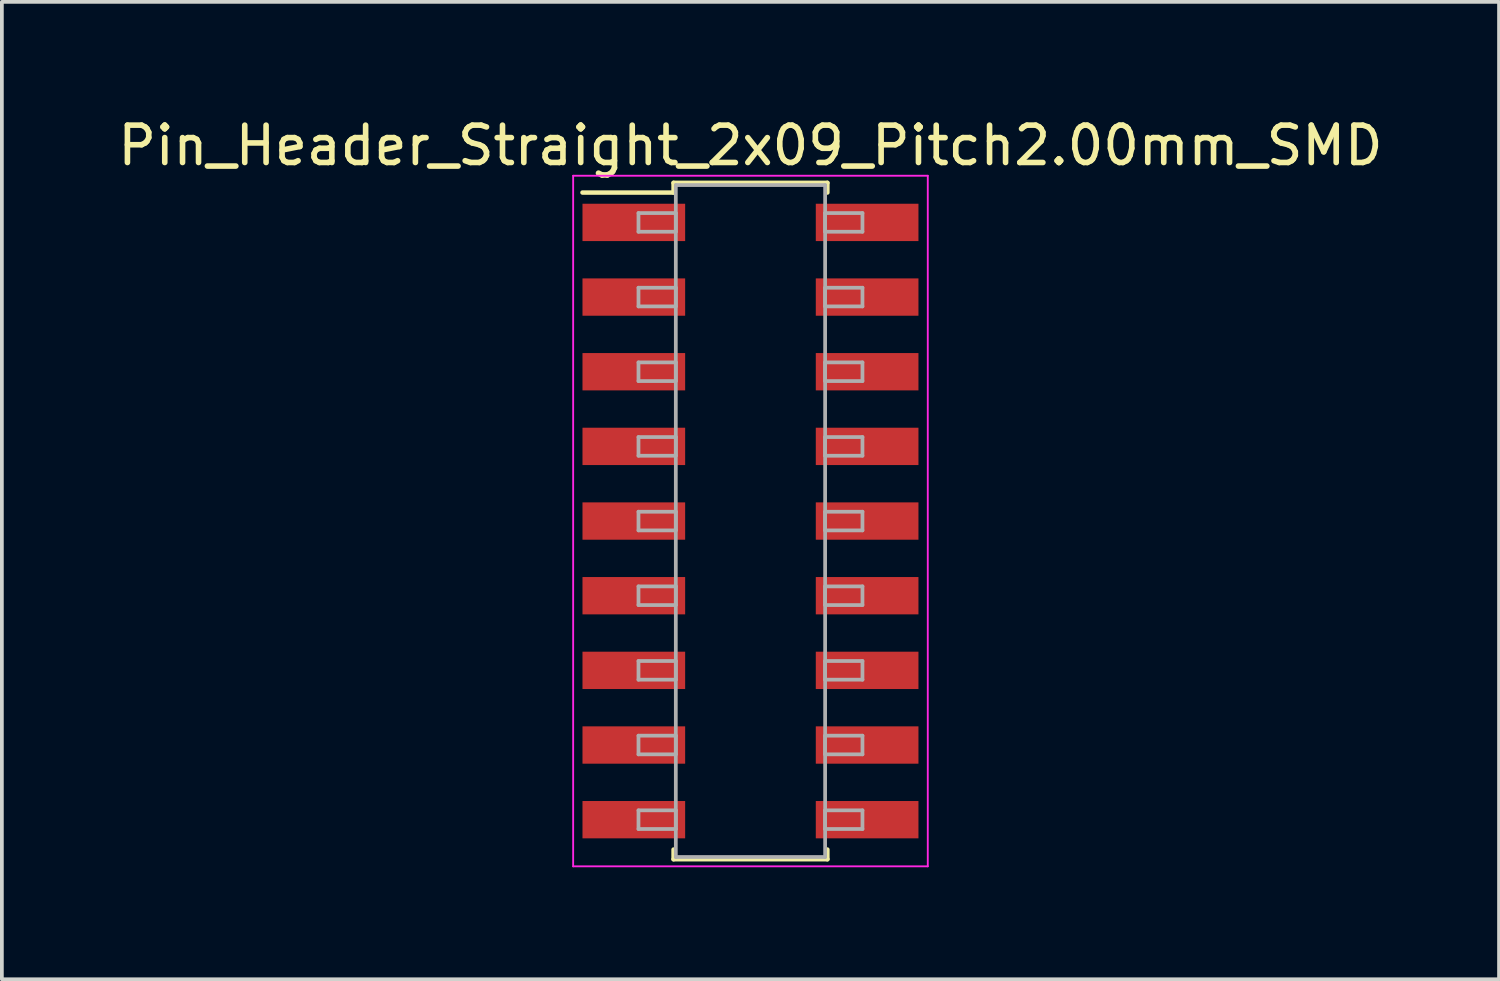
<source format=kicad_pcb>
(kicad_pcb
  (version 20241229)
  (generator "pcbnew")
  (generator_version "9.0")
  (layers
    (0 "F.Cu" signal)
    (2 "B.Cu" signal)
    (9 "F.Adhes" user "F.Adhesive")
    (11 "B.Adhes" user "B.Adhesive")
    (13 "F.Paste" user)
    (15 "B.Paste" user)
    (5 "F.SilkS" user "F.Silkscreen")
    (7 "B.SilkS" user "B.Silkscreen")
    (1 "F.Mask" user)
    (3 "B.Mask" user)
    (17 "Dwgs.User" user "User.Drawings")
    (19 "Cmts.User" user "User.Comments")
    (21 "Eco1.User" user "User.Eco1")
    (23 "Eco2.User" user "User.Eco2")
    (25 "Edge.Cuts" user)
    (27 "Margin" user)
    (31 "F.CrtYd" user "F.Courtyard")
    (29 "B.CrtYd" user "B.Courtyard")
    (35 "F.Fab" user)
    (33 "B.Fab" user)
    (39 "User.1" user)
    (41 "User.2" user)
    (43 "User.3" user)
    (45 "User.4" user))
  (footprint "Pin_Header_Straight_2x09_Pitch2.00mm_SMD"
    (layer "F.Cu")
    (at 17.054 10.908)
    (property "Reference" "Pin_Header_Straight_2x09_Pitch2.00mm_SMD" (at 0 -10.06 0) (layer "F.SilkS") (effects (font (size 1 1) (thickness 0.15))))
    (attr smd)
    (fp_line (start -4.5 -8.8) (end -2.06 -8.8) (stroke (width 0.12) (type solid)) (layer "F.SilkS"))
    (fp_line (start -2.06 -9.06) (end 2.06 -9.06) (stroke (width 0.12) (type solid)) (layer "F.SilkS"))
    (fp_line (start -2.06 -8.8) (end -2.06 -9.06) (stroke (width 0.12) (type solid)) (layer "F.SilkS"))
    (fp_line (start -2.06 8.8) (end -2.06 9.06) (stroke (width 0.12) (type solid)) (layer "F.SilkS"))
    (fp_line (start -2.06 9.06) (end 2.06 9.06) (stroke (width 0.12) (type solid)) (layer "F.SilkS"))
    (fp_line (start 2.06 -9.06) (end 2.06 -8.8) (stroke (width 0.12) (type solid)) (layer "F.SilkS"))
    (fp_line (start 2.06 9.06) (end 2.06 8.8) (stroke (width 0.12) (type solid)) (layer "F.SilkS"))
    (fp_line (start -4.75 -9.25) (end -4.75 9.25) (stroke (width 0.05) (type solid)) (layer "F.CrtYd"))
    (fp_line (start -4.75 9.25) (end 4.75 9.25) (stroke (width 0.05) (type solid)) (layer "F.CrtYd"))
    (fp_line (start 4.75 -9.25) (end -4.75 -9.25) (stroke (width 0.05) (type solid)) (layer "F.CrtYd"))
    (fp_line (start 4.75 9.25) (end 4.75 -9.25) (stroke (width 0.05) (type solid)) (layer "F.CrtYd"))
    (fp_line (start -3 -8.25) (end -2 -8.25) (stroke (width 0.1) (type solid)) (layer "F.Fab"))
    (fp_line (start -3 -7.75) (end -3 -8.25) (stroke (width 0.1) (type solid)) (layer "F.Fab"))
    (fp_line (start -3 -6.25) (end -2 -6.25) (stroke (width 0.1) (type solid)) (layer "F.Fab"))
    (fp_line (start -3 -5.75) (end -3 -6.25) (stroke (width 0.1) (type solid)) (layer "F.Fab"))
    (fp_line (start -3 -4.25) (end -2 -4.25) (stroke (width 0.1) (type solid)) (layer "F.Fab"))
    (fp_line (start -3 -3.75) (end -3 -4.25) (stroke (width 0.1) (type solid)) (layer "F.Fab"))
    (fp_line (start -3 -2.25) (end -2 -2.25) (stroke (width 0.1) (type solid)) (layer "F.Fab"))
    (fp_line (start -3 -1.75) (end -3 -2.25) (stroke (width 0.1) (type solid)) (layer "F.Fab"))
    (fp_line (start -3 -0.25) (end -2 -0.25) (stroke (width 0.1) (type solid)) (layer "F.Fab"))
    (fp_line (start -3 0.25) (end -3 -0.25) (stroke (width 0.1) (type solid)) (layer "F.Fab"))
    (fp_line (start -3 1.75) (end -2 1.75) (stroke (width 0.1) (type solid)) (layer "F.Fab"))
    (fp_line (start -3 2.25) (end -3 1.75) (stroke (width 0.1) (type solid)) (layer "F.Fab"))
    (fp_line (start -3 3.75) (end -2 3.75) (stroke (width 0.1) (type solid)) (layer "F.Fab"))
    (fp_line (start -3 4.25) (end -3 3.75) (stroke (width 0.1) (type solid)) (layer "F.Fab"))
    (fp_line (start -3 5.75) (end -2 5.75) (stroke (width 0.1) (type solid)) (layer "F.Fab"))
    (fp_line (start -3 6.25) (end -3 5.75) (stroke (width 0.1) (type solid)) (layer "F.Fab"))
    (fp_line (start -3 7.75) (end -2 7.75) (stroke (width 0.1) (type solid)) (layer "F.Fab"))
    (fp_line (start -3 8.25) (end -3 7.75) (stroke (width 0.1) (type solid)) (layer "F.Fab"))
    (fp_line (start -2 -9) (end -2 9) (stroke (width 0.1) (type solid)) (layer "F.Fab"))
    (fp_line (start -2 -8.25) (end -2 -7.75) (stroke (width 0.1) (type solid)) (layer "F.Fab"))
    (fp_line (start -2 -7.75) (end -3 -7.75) (stroke (width 0.1) (type solid)) (layer "F.Fab"))
    (fp_line (start -2 -6.25) (end -2 -5.75) (stroke (width 0.1) (type solid)) (layer "F.Fab"))
    (fp_line (start -2 -5.75) (end -3 -5.75) (stroke (width 0.1) (type solid)) (layer "F.Fab"))
    (fp_line (start -2 -4.25) (end -2 -3.75) (stroke (width 0.1) (type solid)) (layer "F.Fab"))
    (fp_line (start -2 -3.75) (end -3 -3.75) (stroke (width 0.1) (type solid)) (layer "F.Fab"))
    (fp_line (start -2 -2.25) (end -2 -1.75) (stroke (width 0.1) (type solid)) (layer "F.Fab"))
    (fp_line (start -2 -1.75) (end -3 -1.75) (stroke (width 0.1) (type solid)) (layer "F.Fab"))
    (fp_line (start -2 -0.25) (end -2 0.25) (stroke (width 0.1) (type solid)) (layer "F.Fab"))
    (fp_line (start -2 0.25) (end -3 0.25) (stroke (width 0.1) (type solid)) (layer "F.Fab"))
    (fp_line (start -2 1.75) (end -2 2.25) (stroke (width 0.1) (type solid)) (layer "F.Fab"))
    (fp_line (start -2 2.25) (end -3 2.25) (stroke (width 0.1) (type solid)) (layer "F.Fab"))
    (fp_line (start -2 3.75) (end -2 4.25) (stroke (width 0.1) (type solid)) (layer "F.Fab"))
    (fp_line (start -2 4.25) (end -3 4.25) (stroke (width 0.1) (type solid)) (layer "F.Fab"))
    (fp_line (start -2 5.75) (end -2 6.25) (stroke (width 0.1) (type solid)) (layer "F.Fab"))
    (fp_line (start -2 6.25) (end -3 6.25) (stroke (width 0.1) (type solid)) (layer "F.Fab"))
    (fp_line (start -2 7.75) (end -2 8.25) (stroke (width 0.1) (type solid)) (layer "F.Fab"))
    (fp_line (start -2 8.25) (end -3 8.25) (stroke (width 0.1) (type solid)) (layer "F.Fab"))
    (fp_line (start -2 9) (end 2 9) (stroke (width 0.1) (type solid)) (layer "F.Fab"))
    (fp_line (start 2 -9) (end -2 -9) (stroke (width 0.1) (type solid)) (layer "F.Fab"))
    (fp_line (start 2 -8.25) (end 2 -7.75) (stroke (width 0.1) (type solid)) (layer "F.Fab"))
    (fp_line (start 2 -7.75) (end 3 -7.75) (stroke (width 0.1) (type solid)) (layer "F.Fab"))
    (fp_line (start 2 -6.25) (end 2 -5.75) (stroke (width 0.1) (type solid)) (layer "F.Fab"))
    (fp_line (start 2 -5.75) (end 3 -5.75) (stroke (width 0.1) (type solid)) (layer "F.Fab"))
    (fp_line (start 2 -4.25) (end 2 -3.75) (stroke (width 0.1) (type solid)) (layer "F.Fab"))
    (fp_line (start 2 -3.75) (end 3 -3.75) (stroke (width 0.1) (type solid)) (layer "F.Fab"))
    (fp_line (start 2 -2.25) (end 2 -1.75) (stroke (width 0.1) (type solid)) (layer "F.Fab"))
    (fp_line (start 2 -1.75) (end 3 -1.75) (stroke (width 0.1) (type solid)) (layer "F.Fab"))
    (fp_line (start 2 -0.25) (end 2 0.25) (stroke (width 0.1) (type solid)) (layer "F.Fab"))
    (fp_line (start 2 0.25) (end 3 0.25) (stroke (width 0.1) (type solid)) (layer "F.Fab"))
    (fp_line (start 2 1.75) (end 2 2.25) (stroke (width 0.1) (type solid)) (layer "F.Fab"))
    (fp_line (start 2 2.25) (end 3 2.25) (stroke (width 0.1) (type solid)) (layer "F.Fab"))
    (fp_line (start 2 3.75) (end 2 4.25) (stroke (width 0.1) (type solid)) (layer "F.Fab"))
    (fp_line (start 2 4.25) (end 3 4.25) (stroke (width 0.1) (type solid)) (layer "F.Fab"))
    (fp_line (start 2 5.75) (end 2 6.25) (stroke (width 0.1) (type solid)) (layer "F.Fab"))
    (fp_line (start 2 6.25) (end 3 6.25) (stroke (width 0.1) (type solid)) (layer "F.Fab"))
    (fp_line (start 2 7.75) (end 2 8.25) (stroke (width 0.1) (type solid)) (layer "F.Fab"))
    (fp_line (start 2 8.25) (end 3 8.25) (stroke (width 0.1) (type solid)) (layer "F.Fab"))
    (fp_line (start 2 9) (end 2 -9) (stroke (width 0.1) (type solid)) (layer "F.Fab"))
    (fp_line (start 3 -8.25) (end 2 -8.25) (stroke (width 0.1) (type solid)) (layer "F.Fab"))
    (fp_line (start 3 -7.75) (end 3 -8.25) (stroke (width 0.1) (type solid)) (layer "F.Fab"))
    (fp_line (start 3 -6.25) (end 2 -6.25) (stroke (width 0.1) (type solid)) (layer "F.Fab"))
    (fp_line (start 3 -5.75) (end 3 -6.25) (stroke (width 0.1) (type solid)) (layer "F.Fab"))
    (fp_line (start 3 -4.25) (end 2 -4.25) (stroke (width 0.1) (type solid)) (layer "F.Fab"))
    (fp_line (start 3 -3.75) (end 3 -4.25) (stroke (width 0.1) (type solid)) (layer "F.Fab"))
    (fp_line (start 3 -2.25) (end 2 -2.25) (stroke (width 0.1) (type solid)) (layer "F.Fab"))
    (fp_line (start 3 -1.75) (end 3 -2.25) (stroke (width 0.1) (type solid)) (layer "F.Fab"))
    (fp_line (start 3 -0.25) (end 2 -0.25) (stroke (width 0.1) (type solid)) (layer "F.Fab"))
    (fp_line (start 3 0.25) (end 3 -0.25) (stroke (width 0.1) (type solid)) (layer "F.Fab"))
    (fp_line (start 3 1.75) (end 2 1.75) (stroke (width 0.1) (type solid)) (layer "F.Fab"))
    (fp_line (start 3 2.25) (end 3 1.75) (stroke (width 0.1) (type solid)) (layer "F.Fab"))
    (fp_line (start 3 3.75) (end 2 3.75) (stroke (width 0.1) (type solid)) (layer "F.Fab"))
    (fp_line (start 3 4.25) (end 3 3.75) (stroke (width 0.1) (type solid)) (layer "F.Fab"))
    (fp_line (start 3 5.75) (end 2 5.75) (stroke (width 0.1) (type solid)) (layer "F.Fab"))
    (fp_line (start 3 6.25) (end 3 5.75) (stroke (width 0.1) (type solid)) (layer "F.Fab"))
    (fp_line (start 3 7.75) (end 2 7.75) (stroke (width 0.1) (type solid)) (layer "F.Fab"))
    (fp_line (start 3 8.25) (end 3 7.75) (stroke (width 0.1) (type solid)) (layer "F.Fab"))
    (pad "1" smd rect (at -3.125 -8) (size 2.75 1) (layers "F.Cu" "F.Mask"))
    (pad "2" smd rect (at 3.125 -8) (size 2.75 1) (layers "F.Cu" "F.Mask"))
    (pad "3" smd rect (at -3.125 -6) (size 2.75 1) (layers "F.Cu" "F.Mask"))
    (pad "4" smd rect (at 3.125 -6) (size 2.75 1) (layers "F.Cu" "F.Mask"))
    (pad "5" smd rect (at -3.125 -4) (size 2.75 1) (layers "F.Cu" "F.Mask"))
    (pad "6" smd rect (at 3.125 -4) (size 2.75 1) (layers "F.Cu" "F.Mask"))
    (pad "7" smd rect (at -3.125 -2) (size 2.75 1) (layers "F.Cu" "F.Mask"))
    (pad "8" smd rect (at 3.125 -2) (size 2.75 1) (layers "F.Cu" "F.Mask"))
    (pad "9" smd rect (at -3.125 0) (size 2.75 1) (layers "F.Cu" "F.Mask"))
    (pad "10" smd rect (at 3.125 0) (size 2.75 1) (layers "F.Cu" "F.Mask"))
    (pad "11" smd rect (at -3.125 2) (size 2.75 1) (layers "F.Cu" "F.Mask"))
    (pad "12" smd rect (at 3.125 2) (size 2.75 1) (layers "F.Cu" "F.Mask"))
    (pad "13" smd rect (at -3.125 4) (size 2.75 1) (layers "F.Cu" "F.Mask"))
    (pad "14" smd rect (at 3.125 4) (size 2.75 1) (layers "F.Cu" "F.Mask"))
    (pad "15" smd rect (at -3.125 6) (size 2.75 1) (layers "F.Cu" "F.Mask"))
    (pad "16" smd rect (at 3.125 6) (size 2.75 1) (layers "F.Cu" "F.Mask"))
    (pad "17" smd rect (at -3.125 8) (size 2.75 1) (layers "F.Cu" "F.Mask"))
    (pad "18" smd rect (at 3.125 8) (size 2.75 1) (layers "F.Cu" "F.Mask")))
  (gr_rect
    (start -3 -3)
    (end 37.107 23.183)
    (stroke (width 0.1) (type default))
    (fill no)
    (layer "Edge.Cuts")))
</source>
